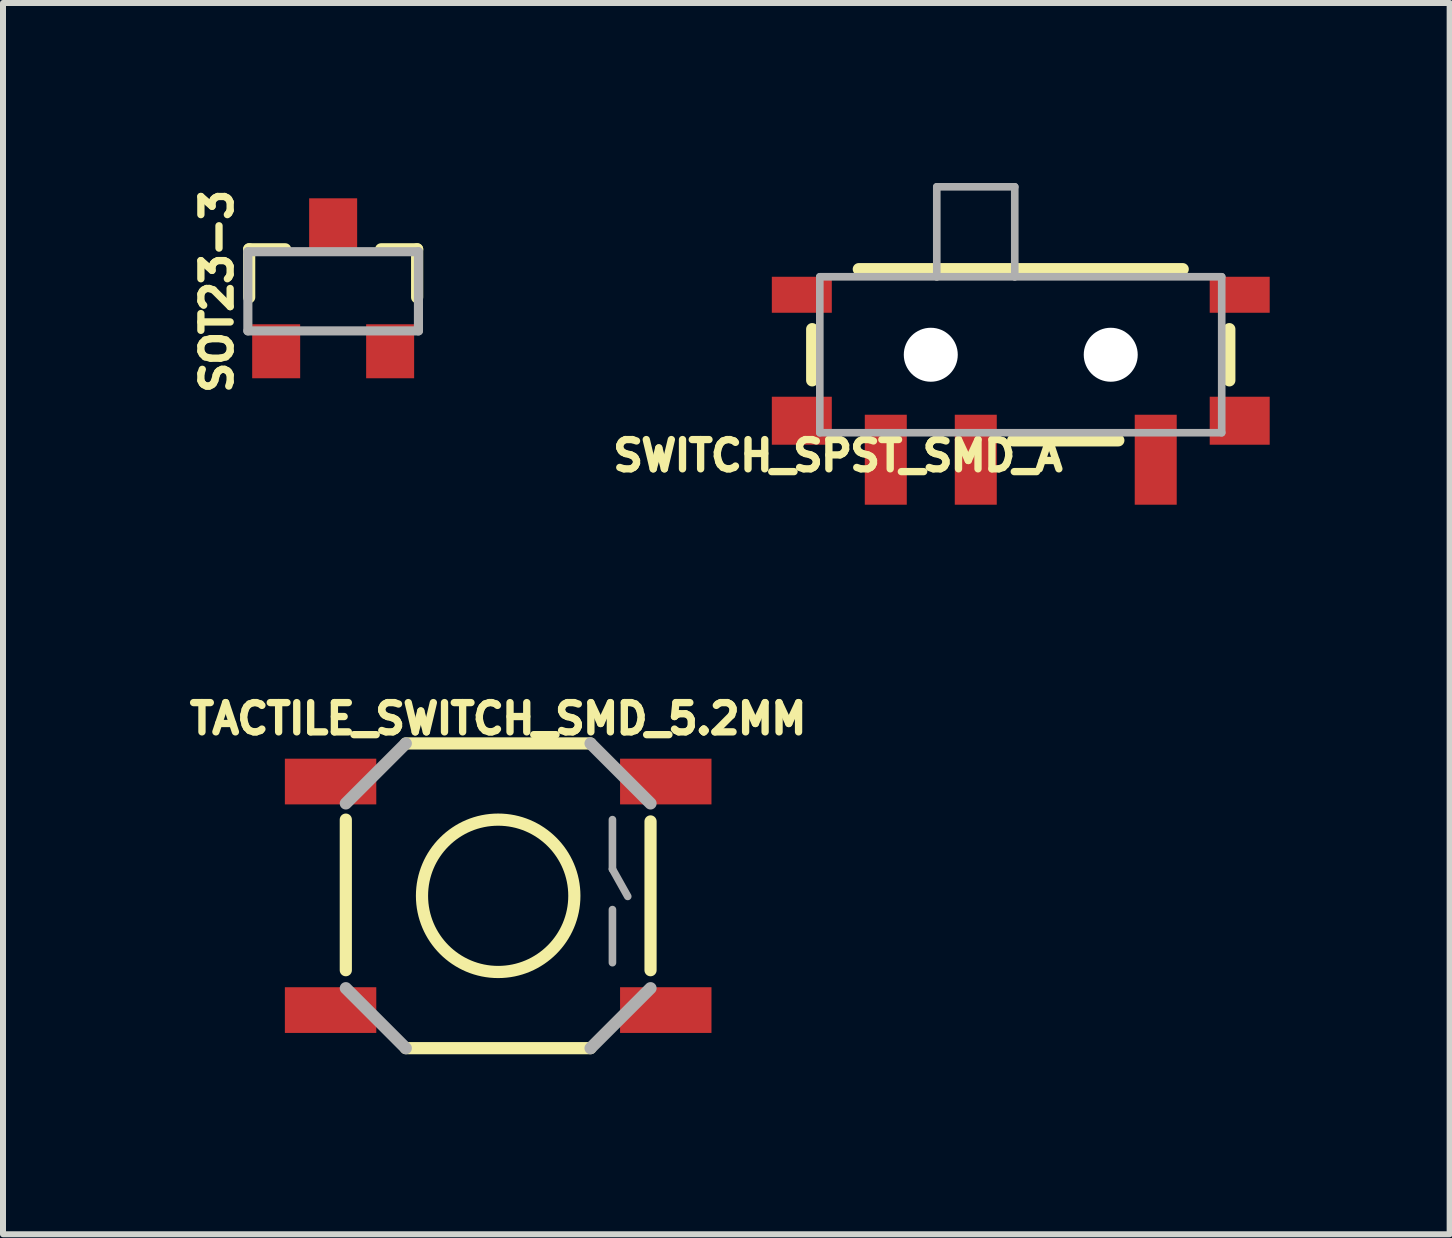
<source format=kicad_pcb>
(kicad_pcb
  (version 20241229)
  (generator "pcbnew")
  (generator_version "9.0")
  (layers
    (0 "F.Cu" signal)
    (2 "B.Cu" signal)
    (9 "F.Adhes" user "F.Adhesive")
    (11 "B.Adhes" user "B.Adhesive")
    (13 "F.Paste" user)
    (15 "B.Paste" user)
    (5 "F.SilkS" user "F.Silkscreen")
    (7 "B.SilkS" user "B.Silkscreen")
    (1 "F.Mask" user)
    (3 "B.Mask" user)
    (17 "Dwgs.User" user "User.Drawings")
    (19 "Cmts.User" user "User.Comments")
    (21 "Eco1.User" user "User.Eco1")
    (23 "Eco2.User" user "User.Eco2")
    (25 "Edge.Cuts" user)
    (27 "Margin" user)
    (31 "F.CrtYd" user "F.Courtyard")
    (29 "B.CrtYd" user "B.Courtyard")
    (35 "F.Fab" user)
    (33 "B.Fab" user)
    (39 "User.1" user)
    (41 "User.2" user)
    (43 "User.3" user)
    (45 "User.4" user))
  (footprint "TACTILE_SWITCH_SMD_5.2MM"
    (layer "F.Cu")
    (at 5.255 11.884)
    (property "Reference" "TACTILE_SWITCH_SMD_5.2MM" (at 0 -2.667 0) (layer "F.SilkS") (effects (font (size 0.488 0.488) (thickness 0.122)) (justify bottom)))
    (fp_line (start -2.54 1.24) (end -2.54 -1.27) (stroke (width 0.203) (type solid)) (layer "F.SilkS"))
    (fp_line (start -1.54 -2.54) (end 1.54 -2.54) (stroke (width 0.203) (type solid)) (layer "F.SilkS"))
    (fp_line (start 1.54 2.54) (end -1.54 2.54) (stroke (width 0.203) (type solid)) (layer "F.SilkS"))
    (fp_line (start 2.54 -1.24) (end 2.54 1.24) (stroke (width 0.203) (type solid)) (layer "F.SilkS"))
    (fp_circle (center 0 0) (end 1.27 0) (stroke (width 0.203) (type solid)) (fill no) (layer "F.SilkS"))
    (fp_line (start -2.54 -1.54) (end -1.54 -2.54) (stroke (width 0.203) (type solid)) (layer "F.Fab"))
    (fp_line (start -1.54 2.54) (end -2.54 1.54) (stroke (width 0.203) (type solid)) (layer "F.Fab"))
    (fp_line (start 1.54 -2.54) (end 2.54 -1.54) (stroke (width 0.203) (type solid)) (layer "F.Fab"))
    (fp_line (start 1.905 -1.27) (end 1.905 -0.445) (stroke (width 0.127) (type solid)) (layer "F.Fab"))
    (fp_line (start 1.905 -0.445) (end 2.16 0.01) (stroke (width 0.127) (type solid)) (layer "F.Fab"))
    (fp_line (start 1.905 0.23) (end 1.905 1.115) (stroke (width 0.127) (type solid)) (layer "F.Fab"))
    (fp_line (start 2.54 1.54) (end 1.54 2.54) (stroke (width 0.203) (type solid)) (layer "F.Fab"))
    (pad "1" smd rect (at -2.794 -1.905 90) (size 0.762 1.524) (layers "F.Cu" "F.Mask" "F.Paste"))
    (pad "2" smd rect (at 2.794 -1.905 90) (size 0.762 1.524) (layers "F.Cu" "F.Mask" "F.Paste"))
    (pad "3" smd rect (at -2.794 1.905 90) (size 0.762 1.524) (layers "F.Cu" "F.Mask" "F.Paste"))
    (pad "4" smd rect (at 2.794 1.905 90) (size 0.762 1.524) (layers "F.Cu" "F.Mask" "F.Paste")))
  (footprint "SWITCH_SPST_SMD_A"
    (layer "F.Cu")
    (at 13.967 2.864)
    (property "Reference" "SWITCH_SPST_SMD_A" (at 0.762 1.397 0) (layer "F.SilkS") (effects (font (size 0.488 0.488) (thickness 0.122)) (justify right top)))
    (fp_line (start -3.477 -0.427) (end -3.477 0.427) (stroke (width 0.203) (type solid)) (layer "F.SilkS"))
    (fp_line (start 1.627 1.427) (end -0.127 1.427) (stroke (width 0.203) (type solid)) (layer "F.SilkS"))
    (fp_line (start 2.7 -1.427) (end -2.7 -1.427) (stroke (width 0.203) (type solid)) (layer "F.SilkS"))
    (fp_line (start 3.477 -0.427) (end 3.477 0.427) (stroke (width 0.203) (type solid)) (layer "F.SilkS"))
    (fp_line (start -3.35 -1.3) (end -3.35 1.3) (stroke (width 0.127) (type solid)) (layer "F.Fab"))
    (fp_line (start -3.35 1.3) (end 3.35 1.3) (stroke (width 0.127) (type solid)) (layer "F.Fab"))
    (fp_line (start -1.4 -2.8) (end -1.4 -1.3) (stroke (width 0.127) (type solid)) (layer "F.Fab"))
    (fp_line (start -1.4 -1.3) (end -3.35 -1.3) (stroke (width 0.127) (type solid)) (layer "F.Fab"))
    (fp_line (start -0.1 -2.8) (end -1.4 -2.8) (stroke (width 0.127) (type solid)) (layer "F.Fab"))
    (fp_line (start -0.1 -1.3) (end -1.4 -1.3) (stroke (width 0.127) (type solid)) (layer "F.Fab"))
    (fp_line (start -0.1 -1.3) (end -0.1 -2.8) (stroke (width 0.127) (type solid)) (layer "F.Fab"))
    (fp_line (start 3.35 -1.3) (end -0.1 -1.3) (stroke (width 0.127) (type solid)) (layer "F.Fab"))
    (fp_line (start 3.35 1.3) (end 3.35 -1.3) (stroke (width 0.127) (type solid)) (layer "F.Fab"))
    (pad "" np_thru_hole circle (at -1.5 0) (size 0.9 0.9) (drill 0.9) (layers "*.Cu" "*.Mask"))
    (pad "" np_thru_hole circle (at 1.5 0) (size 0.9 0.9) (drill 0.9) (layers "*.Cu" "*.Mask"))
    (pad "1" smd rect (at -2.25 1.75 180) (size 0.7 1.5) (layers "F.Cu" "F.Mask" "F.Paste"))
    (pad "2" smd rect (at -0.75 1.75 180) (size 0.7 1.5) (layers "F.Cu" "F.Mask" "F.Paste"))
    (pad "3" smd rect (at 2.25 1.75 180) (size 0.7 1.5) (layers "F.Cu" "F.Mask" "F.Paste"))
    (pad "GND1" smd rect (at -3.65 -1) (size 1 0.6) (layers "F.Cu" "F.Mask" "F.Paste"))
    (pad "GND2" smd rect (at -3.65 1.1) (size 1 0.8) (layers "F.Cu" "F.Mask" "F.Paste"))
    (pad "GND3" smd rect (at 3.65 -1) (size 1 0.6) (layers "F.Cu" "F.Mask" "F.Paste"))
    (pad "GND4" smd rect (at 3.65 1.1) (size 1 0.8) (layers "F.Cu" "F.Mask" "F.Paste")))
  (footprint "SOT23-3"
    (layer "F.Cu")
    (at 2.504 1.806)
    (property "Reference" "SOT23-3" (at -1.651 0 90) (layer "F.SilkS") (effects (font (size 0.488 0.488) (thickness 0.122)) (justify bottom)))
    (fp_line (start -1.4 -0.7) (end -1.4 0.1) (stroke (width 0.203) (type solid)) (layer "F.SilkS"))
    (fp_line (start -0.8 -0.7) (end -1.4 -0.7) (stroke (width 0.203) (type solid)) (layer "F.SilkS"))
    (fp_line (start 0.8 -0.7) (end 1.4 -0.7) (stroke (width 0.203) (type solid)) (layer "F.SilkS"))
    (fp_line (start 1.4 -0.7) (end 1.4 0.1) (stroke (width 0.203) (type solid)) (layer "F.SilkS"))
    (fp_line (start -1.422 -0.66) (end 1.422 -0.66) (stroke (width 0.152) (type solid)) (layer "F.Fab"))
    (fp_line (start -1.422 0.66) (end -1.422 -0.66) (stroke (width 0.152) (type solid)) (layer "F.Fab"))
    (fp_line (start 1.422 -0.66) (end 1.422 0.66) (stroke (width 0.152) (type solid)) (layer "F.Fab"))
    (fp_line (start 1.422 0.66) (end -1.422 0.66) (stroke (width 0.152) (type solid)) (layer "F.Fab"))
    (pad "1" smd rect (at -0.95 1) (size 0.8 0.9) (layers "F.Cu" "F.Mask" "F.Paste"))
    (pad "2" smd rect (at 0.95 1) (size 0.8 0.9) (layers "F.Cu" "F.Mask" "F.Paste"))
    (pad "3" smd rect (at 0 -1.1) (size 0.8 0.9) (layers "F.Cu" "F.Mask" "F.Paste")))
  (gr_rect
    (start -3 -3)
    (end 21.117 17.526)
    (stroke (width 0.1) (type default))
    (fill no)
    (layer "Edge.Cuts")))
</source>
